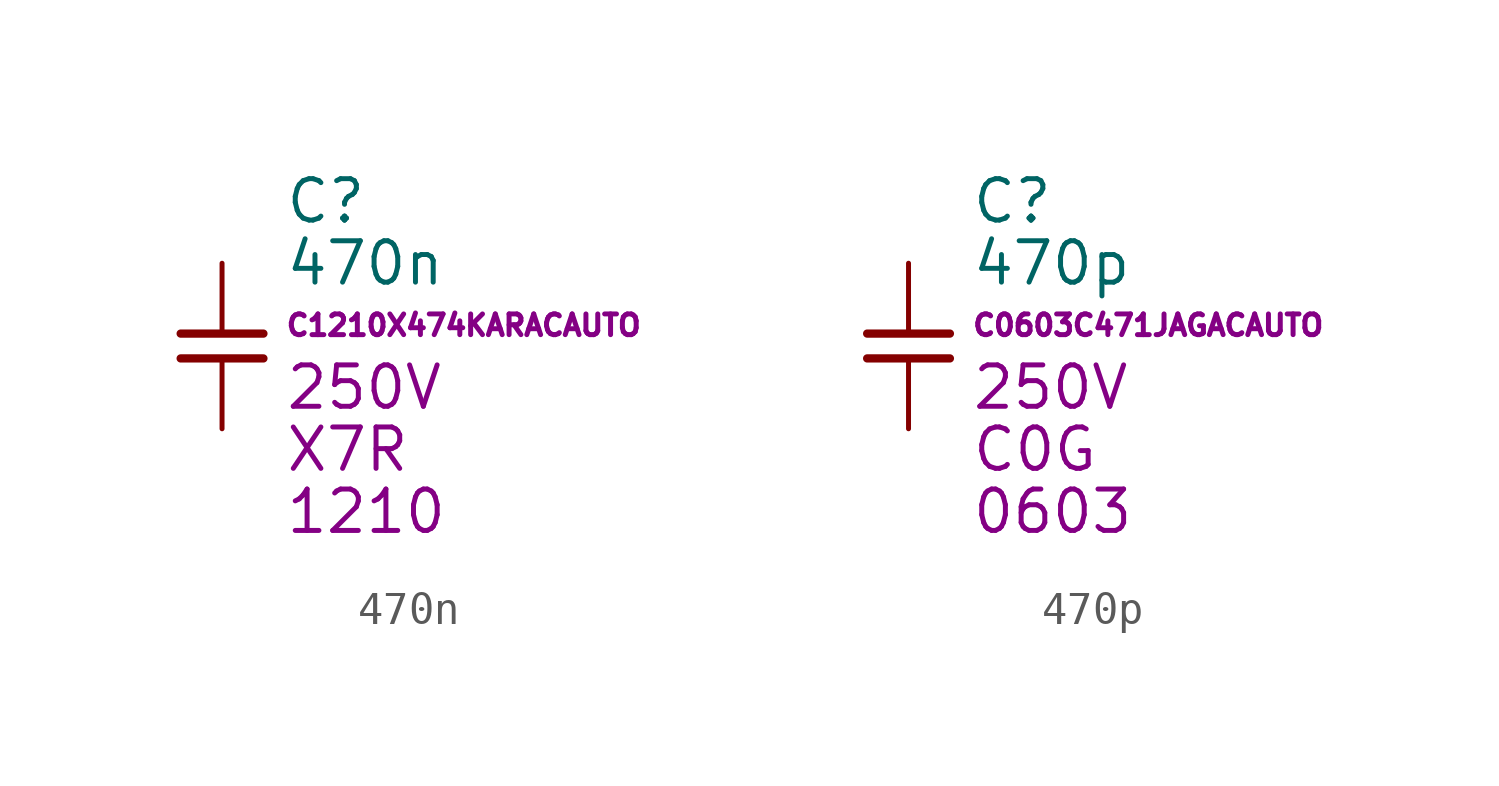
<source format=kicad_sym>
(kicad_symbol_lib
  (version 20220914)
  (generator kicad_symbol_editor)
  (symbol "470n"
    (pin_numbers hide)
    (pin_names hide)
    (property "Reference" "C"
      (at 1.905 1.905 0)
      (effects (font (size 1.27 1.27)) (justify left)))
    (property "Value" "470n"
      (at 1.905 0 0)
      (effects (font (size 1.27 1.27)) (justify left)))
    (property "Mfr PN" "C1210X474KARACAUTO"
      (at 1.905 -1.905 0)
      (effects (font (size 0.635 0.635)) (justify left)))
    (property "Voltage" "250V"
      (at 1.905 -3.81 0)
      (effects (font (size 1.27 1.27)) (justify left)))
    (property "Dielectric" "X7R"
      (at 1.905 -5.715 0)
      (effects (font (size 1.27 1.27)) (justify left)))
    (property "Package" "1210"
      (at 1.905 -7.62 0)
      (effects (font (size 1.27 1.27)) (justify left)))
    (symbol "470n_0_1"
      (polyline (pts (xy -1.27 -2.921) (xy 1.27 -2.921)) (stroke (width 0.254) (type default)) (fill (type none)))
      (polyline (pts (xy -1.27 -2.159) (xy 1.27 -2.159)) (stroke (width 0.254) (type default)) (fill (type none))))
    (symbol "470n_1_1"
      (pin passive line (at 0 0 270) (length 2.1) (name "+" (effects (font (size 1.27 1.27)))) (number "1" (effects (font (size 1.27 1.27)))))
      (pin passive line (at 0 -5.08 90) (length 2.1) (name "-" (effects (font (size 1.27 1.27)))) (number "2" (effects (font (size 1.27 1.27)))))))
  (symbol "470p"
    (pin_numbers hide)
    (pin_names hide)
    (property "Reference" "C"
      (at 1.905 1.905 0)
      (effects (font (size 1.27 1.27)) (justify left)))
    (property "Value" "470p"
      (at 1.905 0 0)
      (effects (font (size 1.27 1.27)) (justify left)))
    (property "Mfr PN" "C0603C471JAGACAUTO"
      (at 1.905 -1.905 0)
      (effects (font (size 0.635 0.635)) (justify left)))
    (property "Voltage" "250V"
      (at 1.905 -3.81 0)
      (effects (font (size 1.27 1.27)) (justify left)))
    (property "Dielectric" "C0G"
      (at 1.905 -5.715 0)
      (effects (font (size 1.27 1.27)) (justify left)))
    (property "Package" "0603"
      (at 1.905 -7.62 0)
      (effects (font (size 1.27 1.27)) (justify left)))
    (symbol "470p_0_1"
      (polyline (pts (xy -1.27 -2.921) (xy 1.27 -2.921)) (stroke (width 0.254) (type default)) (fill (type none)))
      (polyline (pts (xy -1.27 -2.159) (xy 1.27 -2.159)) (stroke (width 0.254) (type default)) (fill (type none))))
    (symbol "470p_1_1"
      (pin passive line (at 0 0 270) (length 2.1) (name "+" (effects (font (size 1.27 1.27)))) (number "1" (effects (font (size 1.27 1.27)))))
      (pin passive line (at 0 -5.08 90) (length 2.1) (name "-" (effects (font (size 1.27 1.27)))) (number "2" (effects (font (size 1.27 1.27))))))))
</source>
